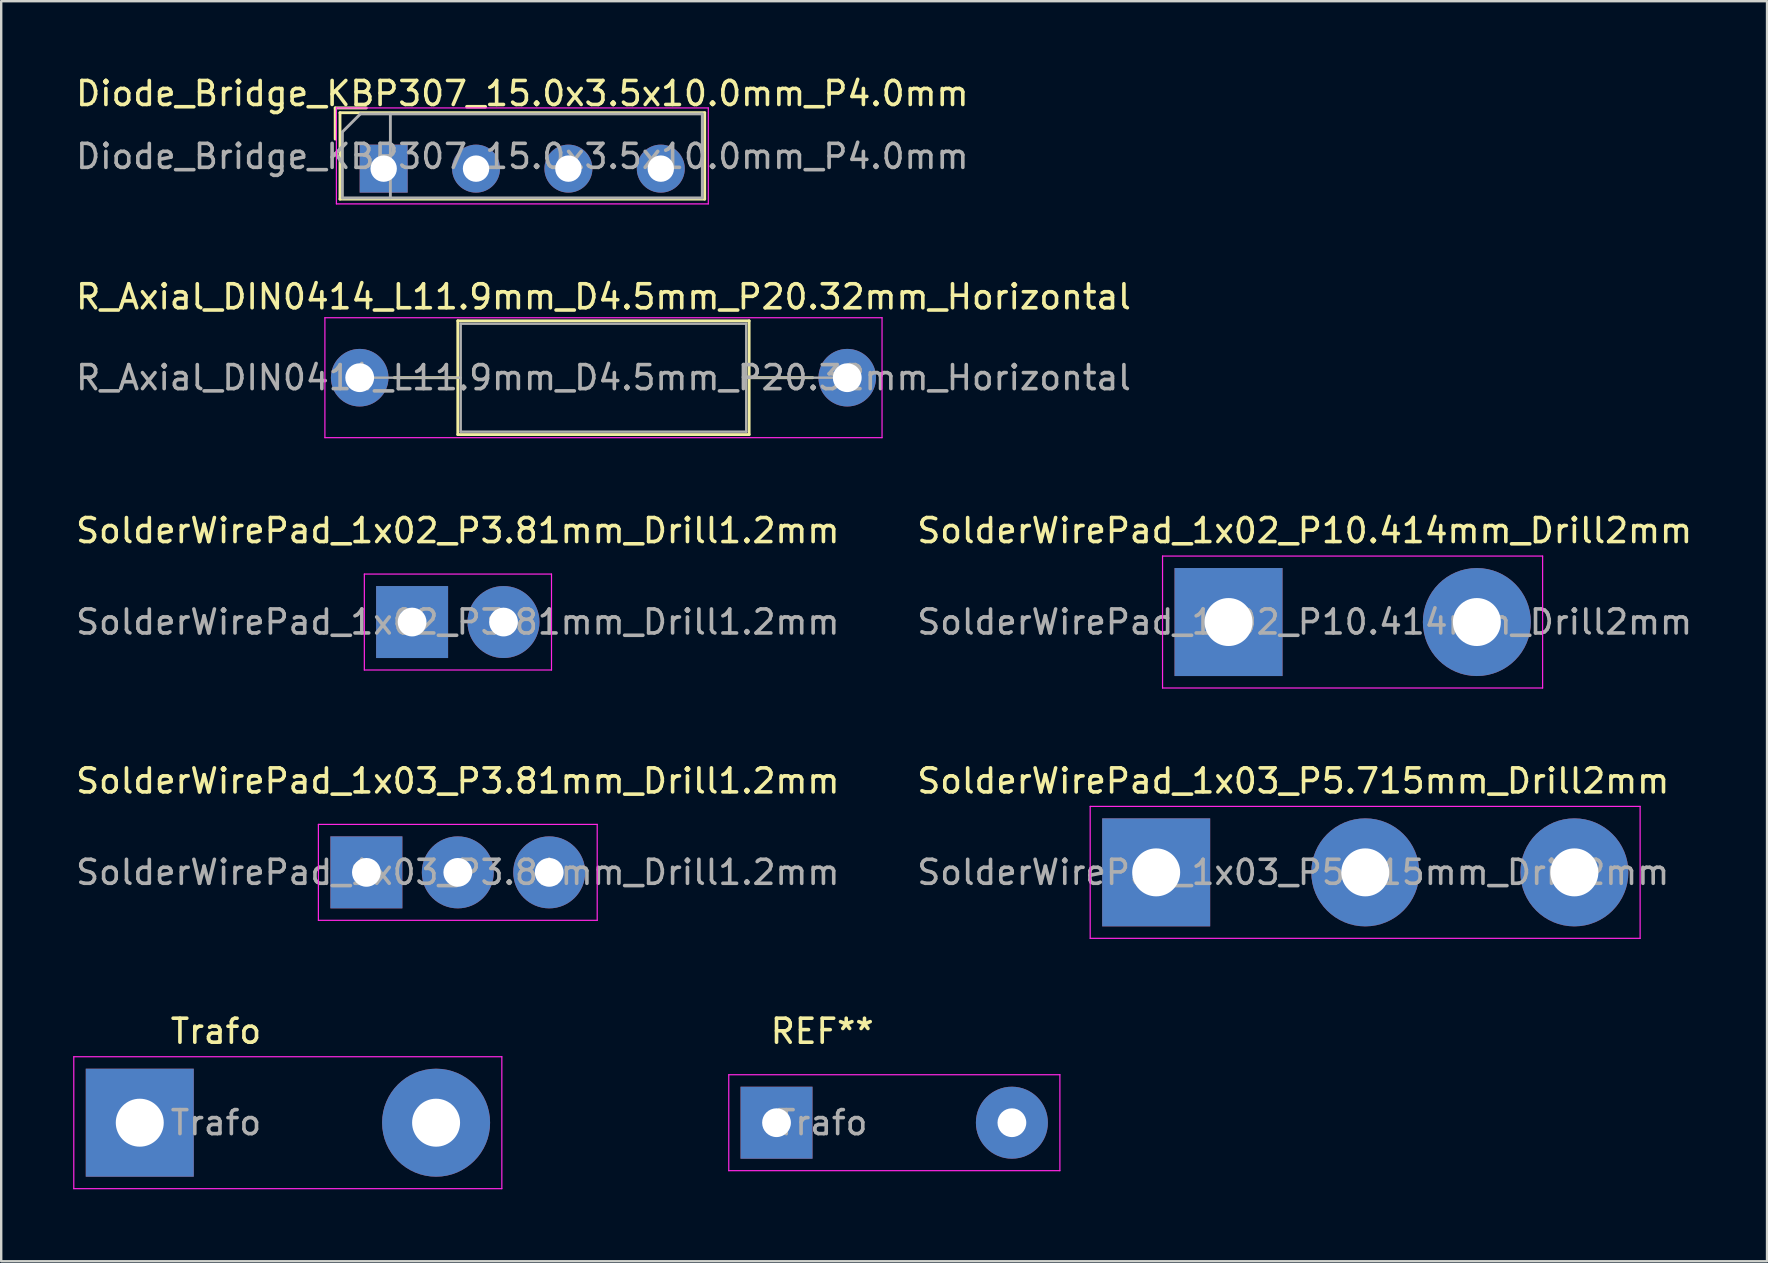
<source format=kicad_pcb>
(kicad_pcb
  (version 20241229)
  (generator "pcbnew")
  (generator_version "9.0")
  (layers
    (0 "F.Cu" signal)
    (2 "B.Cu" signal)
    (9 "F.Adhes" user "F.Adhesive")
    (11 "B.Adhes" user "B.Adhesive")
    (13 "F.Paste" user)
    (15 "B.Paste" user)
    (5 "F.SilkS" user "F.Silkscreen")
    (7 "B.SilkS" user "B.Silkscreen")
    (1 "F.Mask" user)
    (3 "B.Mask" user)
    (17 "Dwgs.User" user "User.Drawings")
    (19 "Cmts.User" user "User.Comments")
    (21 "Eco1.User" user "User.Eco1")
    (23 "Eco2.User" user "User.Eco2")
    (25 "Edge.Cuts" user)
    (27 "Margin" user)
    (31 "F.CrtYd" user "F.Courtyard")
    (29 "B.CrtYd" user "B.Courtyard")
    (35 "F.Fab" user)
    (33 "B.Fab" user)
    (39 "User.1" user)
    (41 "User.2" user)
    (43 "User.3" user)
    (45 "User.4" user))
  (footprint "R_Axial_DIN0414_L11.9mm_D4.5mm_P20.32mm_Horizontal"
    (layer "F.Cu")
    (at 11.941 12.691)
    (property "Reference" "R_Axial_DIN0414_L11.9mm_D4.5mm_P20.32mm_Horizontal" (at 10.16 -3.37 0) (layer "F.SilkS") (effects (font (size 1 1) (thickness 0.15))))
    (attr through_hole)
    (fp_line (start 1.44 0) (end 4.09 0) (stroke (width 0.12) (type solid)) (layer "F.SilkS"))
    (fp_line (start 4.09 -2.37) (end 4.09 2.37) (stroke (width 0.12) (type solid)) (layer "F.SilkS"))
    (fp_line (start 4.09 2.37) (end 16.23 2.37) (stroke (width 0.12) (type solid)) (layer "F.SilkS"))
    (fp_line (start 16.23 -2.37) (end 4.09 -2.37) (stroke (width 0.12) (type solid)) (layer "F.SilkS"))
    (fp_line (start 16.23 2.37) (end 16.23 -2.37) (stroke (width 0.12) (type solid)) (layer "F.SilkS"))
    (fp_line (start 18.88 0) (end 16.23 0) (stroke (width 0.12) (type solid)) (layer "F.SilkS"))
    (fp_line (start -1.45 -2.5) (end -1.45 2.5) (stroke (width 0.05) (type solid)) (layer "F.CrtYd"))
    (fp_line (start -1.45 2.5) (end 21.77 2.5) (stroke (width 0.05) (type solid)) (layer "F.CrtYd"))
    (fp_line (start 21.77 -2.5) (end -1.45 -2.5) (stroke (width 0.05) (type solid)) (layer "F.CrtYd"))
    (fp_line (start 21.77 2.5) (end 21.77 -2.5) (stroke (width 0.05) (type solid)) (layer "F.CrtYd"))
    (fp_line (start 0 0) (end 4.21 0) (stroke (width 0.1) (type solid)) (layer "F.Fab"))
    (fp_line (start 4.21 -2.25) (end 4.21 2.25) (stroke (width 0.1) (type solid)) (layer "F.Fab"))
    (fp_line (start 4.21 2.25) (end 16.11 2.25) (stroke (width 0.1) (type solid)) (layer "F.Fab"))
    (fp_line (start 16.11 -2.25) (end 4.21 -2.25) (stroke (width 0.1) (type solid)) (layer "F.Fab"))
    (fp_line (start 16.11 2.25) (end 16.11 -2.25) (stroke (width 0.1) (type solid)) (layer "F.Fab"))
    (fp_line (start 20.32 0) (end 16.11 0) (stroke (width 0.1) (type solid)) (layer "F.Fab"))
    (fp_text user "${REFERENCE}" (at 10.16 0 0) (layer "F.Fab") (effects (font (size 1 1) (thickness 0.15))))
    (pad "1" thru_hole circle (at 0 0) (size 2.4 2.4) (drill 1.2) (layers "*.Cu" "*.Mask"))
    (pad "2" thru_hole oval (at 20.32 0) (size 2.4 2.4) (drill 1.2) (layers "*.Cu" "*.Mask")))
  (footprint "SolderWirePad_1x02_P10.414mm_Drill2mm"
    (layer "F.Cu")
    (at 48.152 22.875)
    (property "Reference" "SolderWirePad_1x02_P10.414mm_Drill2mm" (at 3.175 -3.81 0) (layer "F.SilkS") (effects (font (size 1 1) (thickness 0.15))))
    (attr exclude_from_pos_files exclude_from_bom)
    (fp_line (start -2.75 -2.75) (end -2.75 2.75) (stroke (width 0.05) (type solid)) (layer "F.CrtYd"))
    (fp_line (start -2.75 -2.75) (end 13.09 -2.75) (stroke (width 0.05) (type solid)) (layer "F.CrtYd"))
    (fp_line (start 13.09 2.75) (end -2.75 2.75) (stroke (width 0.05) (type solid)) (layer "F.CrtYd"))
    (fp_line (start 13.09 2.75) (end 13.09 -2.75) (stroke (width 0.05) (type solid)) (layer "F.CrtYd"))
    (fp_text user "${REFERENCE}" (at 3.175 0 0) (layer "F.Fab") (effects (font (size 1 1) (thickness 0.15))))
    (pad "1" thru_hole rect (at 0 0) (size 4.501 4.501) (drill 1.999) (layers "*.Cu" "*.Mask"))
    (pad "2" thru_hole circle (at 10.35 0) (size 4.501 4.501) (drill 1.999) (layers "*.Cu" "*.Mask")))
  (footprint "Diode_Bridge_KBP307_15.0x3.5x10.0mm_P4.0mm"
    (layer "F.Cu")
    (at 12.94 3.978)
    (property "Reference" "Diode_Bridge_KBP307_15.0x3.5x10.0mm_P4.0mm" (at 5.78 -3.13 180) (layer "F.SilkS") (effects (font (size 1 1) (thickness 0.15))))
    (attr through_hole)
    (fp_line (start -2.02 -2.53) (end -0.72 -2.53) (stroke (width 0.12) (type solid)) (layer "F.SilkS"))
    (fp_line (start -2.02 -1.23) (end -2.02 -2.53) (stroke (width 0.12) (type solid)) (layer "F.SilkS"))
    (fp_line (start -1.82 -2.33) (end 13.38 -2.33) (stroke (width 0.12) (type solid)) (layer "F.SilkS"))
    (fp_line (start -1.82 1.27) (end -1.82 -2.33) (stroke (width 0.12) (type solid)) (layer "F.SilkS"))
    (fp_line (start 13.38 -2.33) (end 13.38 1.27) (stroke (width 0.12) (type solid)) (layer "F.SilkS"))
    (fp_line (start 13.38 1.27) (end -1.82 1.27) (stroke (width 0.12) (type solid)) (layer "F.SilkS"))
    (fp_line (start -1.97 -2.53) (end -1.97 1.47) (stroke (width 0.05) (type solid)) (layer "F.CrtYd"))
    (fp_line (start -1.97 -2.53) (end 13.53 -2.53) (stroke (width 0.05) (type solid)) (layer "F.CrtYd"))
    (fp_line (start 13.53 1.47) (end -1.97 1.47) (stroke (width 0.05) (type solid)) (layer "F.CrtYd"))
    (fp_line (start 13.53 1.47) (end 13.53 -2.53) (stroke (width 0.05) (type solid)) (layer "F.CrtYd"))
    (fp_line (start -1.72 -1.53) (end -0.97 -2.28) (stroke (width 0.12) (type solid)) (layer "F.Fab"))
    (fp_line (start -1.72 1.22) (end -1.72 -1.53) (stroke (width 0.12) (type solid)) (layer "F.Fab"))
    (fp_line (start -0.97 -2.28) (end 13.28 -2.28) (stroke (width 0.12) (type solid)) (layer "F.Fab"))
    (fp_line (start 0.28 -2.28) (end 0.28 1.22) (stroke (width 0.12) (type solid)) (layer "F.Fab"))
    (fp_line (start 13.28 -2.28) (end 13.28 1.22) (stroke (width 0.12) (type solid)) (layer "F.Fab"))
    (fp_line (start 13.28 1.22) (end -1.72 1.22) (stroke (width 0.12) (type solid)) (layer "F.Fab"))
    (fp_text user "${REFERENCE}" (at 5.78 -0.508 180) (layer "F.Fab") (effects (font (size 1 1) (thickness 0.15))))
    (pad "1" thru_hole rect (at 0 0) (size 2 2) (drill 1.1) (layers "*.Cu" "*.Mask"))
    (pad "2" thru_hole circle (at 3.85 0) (size 2 2) (drill 1.1) (layers "*.Cu" "*.Mask"))
    (pad "3" thru_hole circle (at 7.7 0) (size 2 2) (drill 1.1) (layers "*.Cu" "*.Mask"))
    (pad "4" thru_hole circle (at 11.55 0) (size 2 2) (drill 1.1) (layers "*.Cu" "*.Mask")))
  (footprint "SolderWirePad_1x02_P3.81mm_Drill1.2mm"
    (layer "F.Cu")
    (at 14.125 22.875)
    (property "Reference" "SolderWirePad_1x02_P3.81mm_Drill1.2mm" (at 1.905 -3.81 0) (layer "F.SilkS") (effects (font (size 1 1) (thickness 0.15))))
    (attr exclude_from_pos_files exclude_from_bom)
    (fp_line (start -1.99 -2) (end -1.99 2) (stroke (width 0.05) (type solid)) (layer "F.CrtYd"))
    (fp_line (start -1.99 -2) (end 5.81 -2) (stroke (width 0.05) (type solid)) (layer "F.CrtYd"))
    (fp_line (start 5.81 2) (end -1.99 2) (stroke (width 0.05) (type solid)) (layer "F.CrtYd"))
    (fp_line (start 5.81 2) (end 5.81 -2) (stroke (width 0.05) (type solid)) (layer "F.CrtYd"))
    (fp_text user "${REFERENCE}" (at 1.905 0 0) (layer "F.Fab") (effects (font (size 1 1) (thickness 0.15))))
    (pad "1" thru_hole rect (at 0 0) (size 3 3) (drill 1.199) (layers "*.Cu" "*.Mask"))
    (pad "2" thru_hole circle (at 3.81 0) (size 3 3) (drill 1.199) (layers "*.Cu" "*.Mask")))
  (footprint "Trafo"
    (layer "F.Cu")
    (at 2.775 43.741)
    (property "Reference" "Trafo" (at 3.175 -3.81 0) (layer "F.SilkS") (effects (font (size 1 1) (thickness 0.15))))
    (attr exclude_from_pos_files exclude_from_bom)
    (fp_line (start -2.75 -2.75) (end -2.75 2.75) (stroke (width 0.05) (type solid)) (layer "F.CrtYd"))
    (fp_line (start -2.75 -2.75) (end 15.09 -2.75) (stroke (width 0.05) (type solid)) (layer "F.CrtYd"))
    (fp_line (start 15.09 2.75) (end -2.75 2.75) (stroke (width 0.05) (type solid)) (layer "F.CrtYd"))
    (fp_line (start 15.09 2.75) (end 15.09 -2.75) (stroke (width 0.05) (type solid)) (layer "F.CrtYd"))
    (fp_line (start 24.548 -2) (end 24.548 2) (stroke (width 0.05) (type solid)) (layer "F.CrtYd"))
    (fp_line (start 24.548 -2) (end 38.348 -2) (stroke (width 0.05) (type solid)) (layer "F.CrtYd"))
    (fp_line (start 38.348 2) (end 24.548 2) (stroke (width 0.05) (type solid)) (layer "F.CrtYd"))
    (fp_line (start 38.348 2) (end 38.348 -2) (stroke (width 0.05) (type solid)) (layer "F.CrtYd"))
    (fp_text user "REF**" (at 28.443 -3.81 0) (layer "F.SilkS") (effects (font (size 1 1) (thickness 0.15))))
    (fp_text user "${REFERENCE}" (at 3.175 0 0) (layer "F.Fab") (effects (font (size 1 1) (thickness 0.15))))
    (fp_text user "${REFERENCE}" (at 28.443 0 0) (layer "F.Fab") (effects (font (size 1 1) (thickness 0.15))))
    (pad "3" thru_hole rect (at 0 0) (size 4.501 4.501) (drill 1.999) (layers "*.Cu" "*.Mask"))
    (pad "4" thru_hole circle (at 12.35 0) (size 4.501 4.501) (drill 1.999) (layers "*.Cu" "*.Mask"))
    (pad "7" thru_hole rect (at 26.538 0) (size 3 3) (drill 1.199) (layers "*.Cu" "*.Mask"))
    (pad "8" thru_hole circle (at 36.348 0) (size 3 3) (drill 1.199) (layers "*.Cu" "*.Mask")))
  (footprint "SolderWirePad_1x03_P3.81mm_Drill1.2mm"
    (layer "F.Cu")
    (at 12.22 33.308)
    (property "Reference" "SolderWirePad_1x03_P3.81mm_Drill1.2mm" (at 3.81 -3.81 0) (layer "F.SilkS") (effects (font (size 1 1) (thickness 0.15))))
    (attr exclude_from_pos_files exclude_from_bom)
    (fp_line (start -2 -2) (end -2 2) (stroke (width 0.05) (type solid)) (layer "F.CrtYd"))
    (fp_line (start -2 -2) (end 9.62 -2) (stroke (width 0.05) (type solid)) (layer "F.CrtYd"))
    (fp_line (start 9.62 2) (end -2 2) (stroke (width 0.05) (type solid)) (layer "F.CrtYd"))
    (fp_line (start 9.62 2) (end 9.62 -2) (stroke (width 0.05) (type solid)) (layer "F.CrtYd"))
    (fp_text user "${REFERENCE}" (at 3.81 0 0) (layer "F.Fab") (effects (font (size 1 1) (thickness 0.15))))
    (pad "1" thru_hole rect (at 0 0) (size 3 3) (drill 1.199) (layers "*.Cu" "*.Mask"))
    (pad "2" thru_hole circle (at 3.81 0) (size 3 3) (drill 1.199) (layers "*.Cu" "*.Mask"))
    (pad "3" thru_hole circle (at 7.62 0) (size 3 3) (drill 1.199) (layers "*.Cu" "*.Mask")))
  (footprint "SolderWirePad_1x03_P5.715mm_Drill2mm"
    (layer "F.Cu")
    (at 45.136 33.308)
    (property "Reference" "SolderWirePad_1x03_P5.715mm_Drill2mm" (at 5.715 -3.81 0) (layer "F.SilkS") (effects (font (size 1 1) (thickness 0.15))))
    (attr exclude_from_pos_files exclude_from_bom)
    (fp_line (start -2.75 -2.75) (end -2.75 2.75) (stroke (width 0.05) (type solid)) (layer "F.CrtYd"))
    (fp_line (start -2.75 -2.75) (end 20.17 -2.75) (stroke (width 0.05) (type solid)) (layer "F.CrtYd"))
    (fp_line (start 20.17 2.75) (end -2.75 2.75) (stroke (width 0.05) (type solid)) (layer "F.CrtYd"))
    (fp_line (start 20.17 2.75) (end 20.17 -2.75) (stroke (width 0.05) (type solid)) (layer "F.CrtYd"))
    (fp_text user "${REFERENCE}" (at 5.715 0 0) (layer "F.Fab") (effects (font (size 1 1) (thickness 0.15))))
    (pad "1" thru_hole rect (at 0 0) (size 4.501 4.501) (drill 1.999) (layers "*.Cu" "*.Mask"))
    (pad "2" thru_hole circle (at 8.715 0) (size 4.501 4.501) (drill 1.999) (layers "*.Cu" "*.Mask"))
    (pad "3" thru_hole circle (at 17.43 0) (size 4.501 4.501) (drill 1.999) (layers "*.Cu" "*.Mask")))
  (gr_rect
    (start -3 -3)
    (end 70.595 49.516)
    (stroke (width 0.1) (type default))
    (fill no)
    (layer "Edge.Cuts")))
</source>
